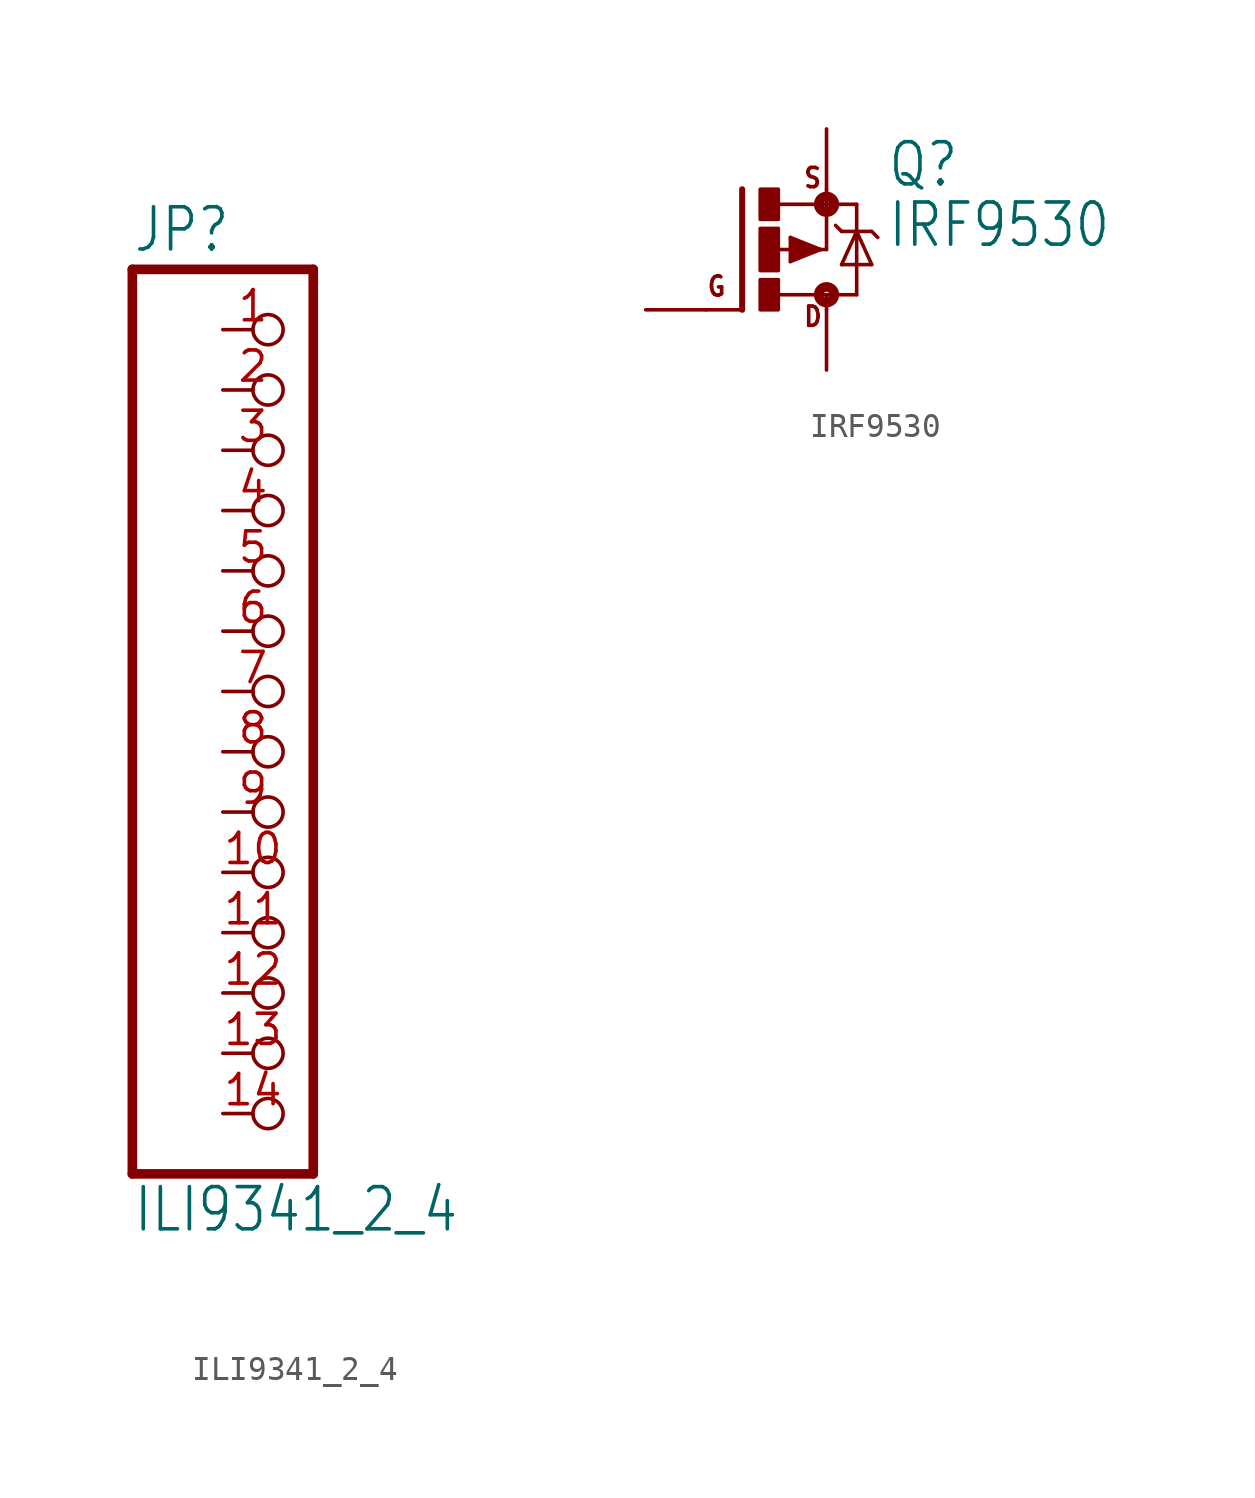
<source format=kicad_sym>
(kicad_symbol_lib
  (version 20211014)
  (generator kicad_symbol_editor)
  (symbol "ILI9341_2_4"
    (property "Reference" "JP"
      (at -6.35 18.415 0)
      (effects (font (size 1.778 1.511)) (justify left bottom)))
    (property "Value" "ILI9341_2_4"
      (at -6.35 -22.86 0)
      (effects (font (size 1.778 1.511)) (justify left bottom)))
    (property "ki_locked" ""
      (at 0 0 0)
      (effects (font (size 1.27 1.27))))
    (symbol "ILI9341_2_4_1_0"
      (polyline (pts (xy -6.35 -20.32) (xy 1.27 -20.32)) (stroke (width 0.406) (type default) (color 0 0 0 0)) (fill (type none)))
      (polyline (pts (xy -6.35 17.78) (xy -6.35 -20.32)) (stroke (width 0.406) (type default) (color 0 0 0 0)) (fill (type none)))
      (polyline (pts (xy 1.27 -20.32) (xy 1.27 17.78)) (stroke (width 0.406) (type default) (color 0 0 0 0)) (fill (type none)))
      (polyline (pts (xy 1.27 17.78) (xy -6.35 17.78)) (stroke (width 0.406) (type default) (color 0 0 0 0)) (fill (type none)))
      (pin passive inverted (at -2.54 15.24 0) (length 2.54) (name "1" (effects (font (size 0 0)))) (number "1" (effects (font (size 1.27 1.27)))))
      (pin passive inverted (at -2.54 -7.62 0) (length 2.54) (name "10" (effects (font (size 0 0)))) (number "10" (effects (font (size 1.27 1.27)))))
      (pin passive inverted (at -2.54 -10.16 0) (length 2.54) (name "11" (effects (font (size 0 0)))) (number "11" (effects (font (size 1.27 1.27)))))
      (pin passive inverted (at -2.54 -12.7 0) (length 2.54) (name "12" (effects (font (size 0 0)))) (number "12" (effects (font (size 1.27 1.27)))))
      (pin passive inverted (at -2.54 -15.24 0) (length 2.54) (name "13" (effects (font (size 0 0)))) (number "13" (effects (font (size 1.27 1.27)))))
      (pin passive inverted (at -2.54 -17.78 0) (length 2.54) (name "14" (effects (font (size 0 0)))) (number "14" (effects (font (size 1.27 1.27)))))
      (pin passive inverted (at -2.54 12.7 0) (length 2.54) (name "2" (effects (font (size 0 0)))) (number "2" (effects (font (size 1.27 1.27)))))
      (pin passive inverted (at -2.54 10.16 0) (length 2.54) (name "3" (effects (font (size 0 0)))) (number "3" (effects (font (size 1.27 1.27)))))
      (pin passive inverted (at -2.54 7.62 0) (length 2.54) (name "4" (effects (font (size 0 0)))) (number "4" (effects (font (size 1.27 1.27)))))
      (pin passive inverted (at -2.54 5.08 0) (length 2.54) (name "5" (effects (font (size 0 0)))) (number "5" (effects (font (size 1.27 1.27)))))
      (pin passive inverted (at -2.54 2.54 0) (length 2.54) (name "6" (effects (font (size 0 0)))) (number "6" (effects (font (size 1.27 1.27)))))
      (pin passive inverted (at -2.54 0 0) (length 2.54) (name "7" (effects (font (size 0 0)))) (number "7" (effects (font (size 1.27 1.27)))))
      (pin passive inverted (at -2.54 -2.54 0) (length 2.54) (name "8" (effects (font (size 0 0)))) (number "8" (effects (font (size 1.27 1.27)))))
      (pin passive inverted (at -2.54 -5.08 0) (length 2.54) (name "9" (effects (font (size 0 0)))) (number "9" (effects (font (size 1.27 1.27)))))))
  (symbol "IRF9530"
    (property "Reference" "Q"
      (at 5.08 2.54 0)
      (effects (font (size 1.778 1.511)) (justify left bottom)))
    (property "Value" "IRF9530"
      (at 5.08 0 0)
      (effects (font (size 1.778 1.511)) (justify left bottom)))
    (property "ki_locked" ""
      (at 0 0 0)
      (effects (font (size 1.27 1.27))))
    (symbol "IRF9530_1_0"
      (rectangle (start -0.254 -2.54) (end 0.508 -1.27) (stroke (width 0) (type default) (color 0 0 0 0)) (fill (type outline)))
      (rectangle (start -0.254 -0.889) (end 0.508 0.889) (stroke (width 0) (type default) (color 0 0 0 0)) (fill (type outline)))
      (rectangle (start -0.254 1.27) (end 0.508 2.54) (stroke (width 0) (type default) (color 0 0 0 0)) (fill (type outline)))
      (polyline (pts (xy -1.016 -2.54) (xy -2.54 -2.54)) (stroke (width 0.152) (type default) (color 0 0 0 0)) (fill (type none)))
      (polyline (pts (xy -1.016 -2.54) (xy -1.016 2.54)) (stroke (width 0.254) (type default) (color 0 0 0 0)) (fill (type none)))
      (polyline (pts (xy 1.016 -0.508) (xy 1.016 0.508)) (stroke (width 0.152) (type default) (color 0 0 0 0)) (fill (type none)))
      (polyline (pts (xy 1.016 0.508) (xy 2.286 0)) (stroke (width 0.152) (type default) (color 0 0 0 0)) (fill (type none)))
      (polyline (pts (xy 1.143 -0.254) (xy 1.143 0)) (stroke (width 0.305) (type default) (color 0 0 0 0)) (fill (type none)))
      (polyline (pts (xy 1.143 0) (xy 0.254 0)) (stroke (width 0.152) (type default) (color 0 0 0 0)) (fill (type none)))
      (polyline (pts (xy 1.143 0) (xy 1.397 0)) (stroke (width 0.305) (type default) (color 0 0 0 0)) (fill (type none)))
      (polyline (pts (xy 1.143 0.254) (xy 2.032 0)) (stroke (width 0.305) (type default) (color 0 0 0 0)) (fill (type none)))
      (polyline (pts (xy 2.032 0) (xy 1.143 -0.254)) (stroke (width 0.305) (type default) (color 0 0 0 0)) (fill (type none)))
      (polyline (pts (xy 2.235 0) (xy 2.286 0)) (stroke (width 0.152) (type default) (color 0 0 0 0)) (fill (type none)))
      (polyline (pts (xy 2.286 0) (xy 1.016 -0.508)) (stroke (width 0.152) (type default) (color 0 0 0 0)) (fill (type none)))
      (polyline (pts (xy 2.286 0) (xy 2.54 0)) (stroke (width 0.152) (type default) (color 0 0 0 0)) (fill (type none)))
      (polyline (pts (xy 2.54 -2.54) (xy 2.54 -1.905)) (stroke (width 0.152) (type default) (color 0 0 0 0)) (fill (type none)))
      (polyline (pts (xy 2.54 -1.905) (xy 0.533 -1.905)) (stroke (width 0.152) (type default) (color 0 0 0 0)) (fill (type none)))
      (polyline (pts (xy 2.54 0) (xy 2.54 1.905)) (stroke (width 0.152) (type default) (color 0 0 0 0)) (fill (type none)))
      (polyline (pts (xy 2.54 1.905) (xy 0.508 1.905)) (stroke (width 0.152) (type default) (color 0 0 0 0)) (fill (type none)))
      (polyline (pts (xy 2.54 2.54) (xy 2.54 1.905)) (stroke (width 0.152) (type default) (color 0 0 0 0)) (fill (type none)))
      (polyline (pts (xy 3.175 -0.635) (xy 3.81 0.762)) (stroke (width 0.152) (type default) (color 0 0 0 0)) (fill (type none)))
      (polyline (pts (xy 3.175 0.762) (xy 2.921 1.016)) (stroke (width 0.152) (type default) (color 0 0 0 0)) (fill (type none)))
      (polyline (pts (xy 3.81 -1.905) (xy 2.54 -1.905)) (stroke (width 0.152) (type default) (color 0 0 0 0)) (fill (type none)))
      (polyline (pts (xy 3.81 0.762) (xy 3.175 0.762)) (stroke (width 0.152) (type default) (color 0 0 0 0)) (fill (type none)))
      (polyline (pts (xy 3.81 0.762) (xy 3.81 -1.905)) (stroke (width 0.152) (type default) (color 0 0 0 0)) (fill (type none)))
      (polyline (pts (xy 3.81 0.762) (xy 4.445 -0.635)) (stroke (width 0.152) (type default) (color 0 0 0 0)) (fill (type none)))
      (polyline (pts (xy 3.81 1.905) (xy 2.54 1.905)) (stroke (width 0.152) (type default) (color 0 0 0 0)) (fill (type none)))
      (polyline (pts (xy 3.81 1.905) (xy 3.81 0.762)) (stroke (width 0.152) (type default) (color 0 0 0 0)) (fill (type none)))
      (polyline (pts (xy 4.445 -0.635) (xy 3.175 -0.635)) (stroke (width 0.152) (type default) (color 0 0 0 0)) (fill (type none)))
      (polyline (pts (xy 4.445 0.762) (xy 3.81 0.762)) (stroke (width 0.152) (type default) (color 0 0 0 0)) (fill (type none)))
      (polyline (pts (xy 4.445 0.762) (xy 4.699 0.508)) (stroke (width 0.152) (type default) (color 0 0 0 0)) (fill (type none)))
      (circle (center 2.54 -1.905) (radius 0.127) (stroke (width 0.406) (type default) (color 0 0 0 0)) (fill (type none)))
      (circle (center 2.54 1.905) (radius 0.127) (stroke (width 0.406) (type default) (color 0 0 0 0)) (fill (type none)))
      (text "D" (at 1.524 -3.302 0) (effects (font (size 0.813 0.691)) (justify left bottom)))
      (text "G" (at -2.54 -2.032 0) (effects (font (size 0.813 0.691)) (justify left bottom)))
      (text "S" (at 1.524 2.54 0) (effects (font (size 0.813 0.691)) (justify left bottom)))
      (pin passive line (at 2.54 -5.08 90) (length 2.54) (name "D" (effects (font (size 0 0)))) (number "D" (effects (font (size 0 0)))))
      (pin passive line (at -5.08 -2.54 0) (length 2.54) (name "G" (effects (font (size 0 0)))) (number "G" (effects (font (size 0 0)))))
      (pin passive line (at 2.54 5.08 270) (length 2.54) (name "S" (effects (font (size 0 0)))) (number "S" (effects (font (size 0 0))))))))
</source>
